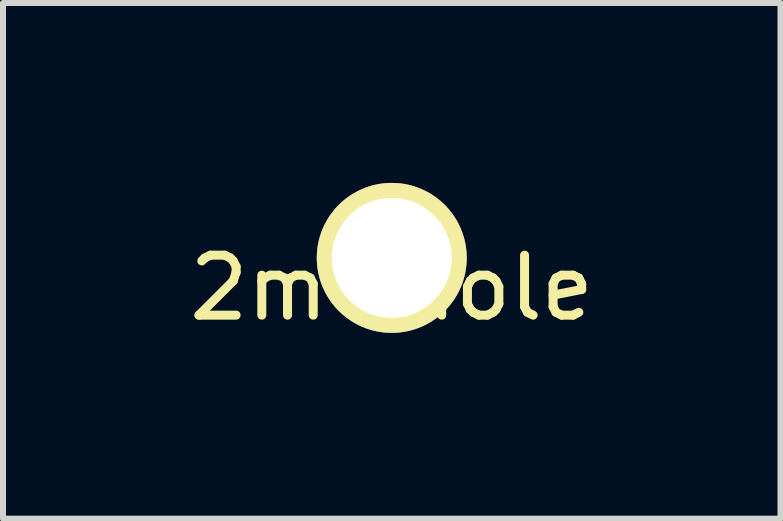
<source format=kicad_pcb>
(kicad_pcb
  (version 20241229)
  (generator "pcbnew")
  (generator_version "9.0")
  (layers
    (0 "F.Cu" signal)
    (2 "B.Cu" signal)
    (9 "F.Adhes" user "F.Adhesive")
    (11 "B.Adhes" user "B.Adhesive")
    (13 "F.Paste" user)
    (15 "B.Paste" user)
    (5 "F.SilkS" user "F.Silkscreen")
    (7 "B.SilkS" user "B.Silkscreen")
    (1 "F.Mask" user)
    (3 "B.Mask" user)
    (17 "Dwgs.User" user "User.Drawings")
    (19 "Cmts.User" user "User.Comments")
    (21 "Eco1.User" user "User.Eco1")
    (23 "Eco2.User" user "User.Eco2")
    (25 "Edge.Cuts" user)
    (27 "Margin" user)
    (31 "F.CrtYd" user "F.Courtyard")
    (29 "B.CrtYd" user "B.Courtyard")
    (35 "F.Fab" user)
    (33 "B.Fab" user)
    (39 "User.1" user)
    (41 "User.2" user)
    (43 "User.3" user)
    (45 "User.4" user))
  (footprint "2m-hole"
    (layer "F.Cu")
    (at 3.482 1.25)
    (property "Reference" "2m-hole" (at 0 0.5 0) (layer "F.SilkS") (effects (font (size 1 1) (thickness 0.15))))
    (attr through_hole)
    (pad "1" thru_hole circle (at 0 0) (size 2.5 2.5) (drill 2) (layers "*.Cu" "*.Mask" "F.SilkS")))
  (gr_rect
    (start -3 -3)
    (end 9.964 5.598)
    (stroke (width 0.1) (type default))
    (fill no)
    (layer "Edge.Cuts")))
</source>
